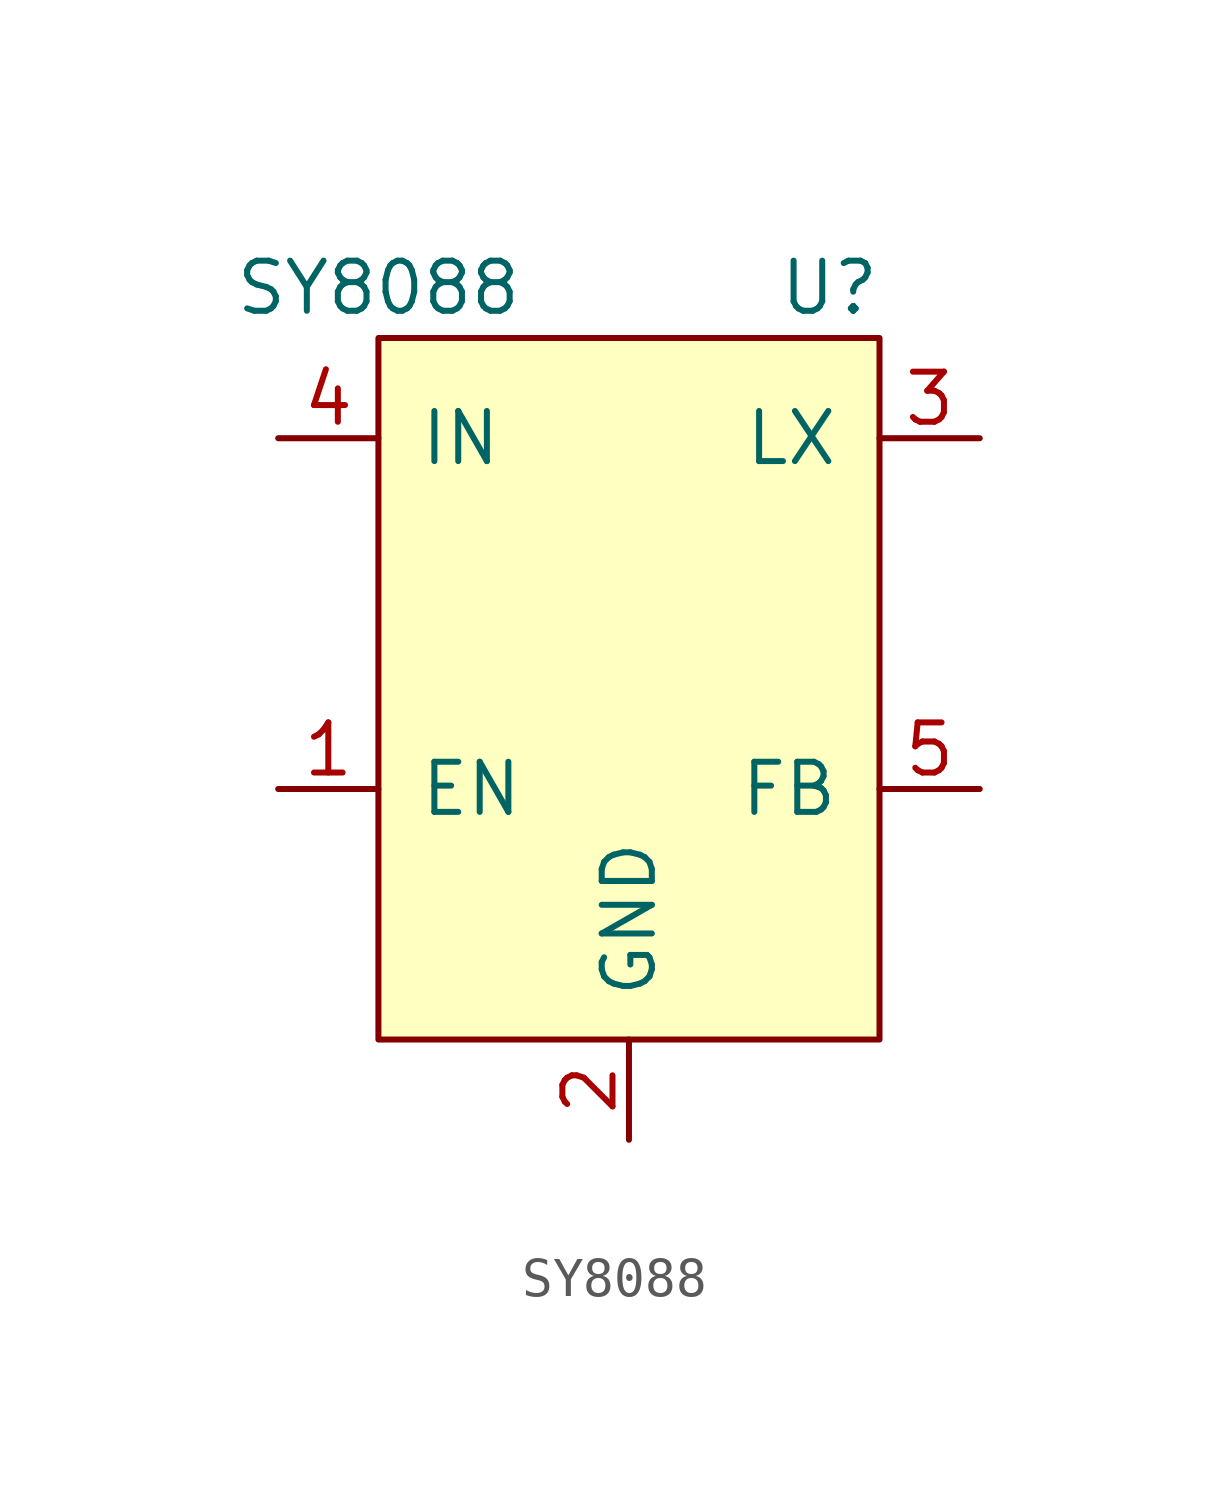
<source format=kicad_sym>
(kicad_symbol_lib
  (version 20241209)
  (generator "kicad_symbol_editor")
  (generator_version "9.0")
  (symbol "SY8088"
    (pin_names
      (offset 1.016))
    (property "Reference" "U"
      (at 5.08 10.16 0)
      (effects (font (size 1.27 1.27))))
    (property "Value" "SY8088"
      (at -6.35 10.16 0)
      (effects (font (size 1.27 1.27))))
    (symbol "SY8088_0_1"
      (rectangle (start -6.35 8.89) (end 6.35 -8.89) (stroke (width 0) (type default)) (fill (type background))))
    (symbol "SY8088_1_1"
      (pin power_in line (at -8.89 6.35 0) (length 2.54) (name "IN" (effects (font (size 1.27 1.27)))) (number "4" (effects (font (size 1.27 1.27)))))
      (pin input line (at -8.89 -2.54 0) (length 2.54) (name "EN" (effects (font (size 1.27 1.27)))) (number "1" (effects (font (size 1.27 1.27)))))
      (pin power_in line (at 0 -11.43 90) (length 2.54) (name "GND" (effects (font (size 1.27 1.27)))) (number "2" (effects (font (size 1.27 1.27)))))
      (pin power_out line (at 8.89 6.35 180) (length 2.54) (name "LX" (effects (font (size 1.27 1.27)))) (number "3" (effects (font (size 1.27 1.27)))))
      (pin input line (at 8.89 -2.54 180) (length 2.54) (name "FB" (effects (font (size 1.27 1.27)))) (number "5" (effects (font (size 1.27 1.27))))))))
</source>
